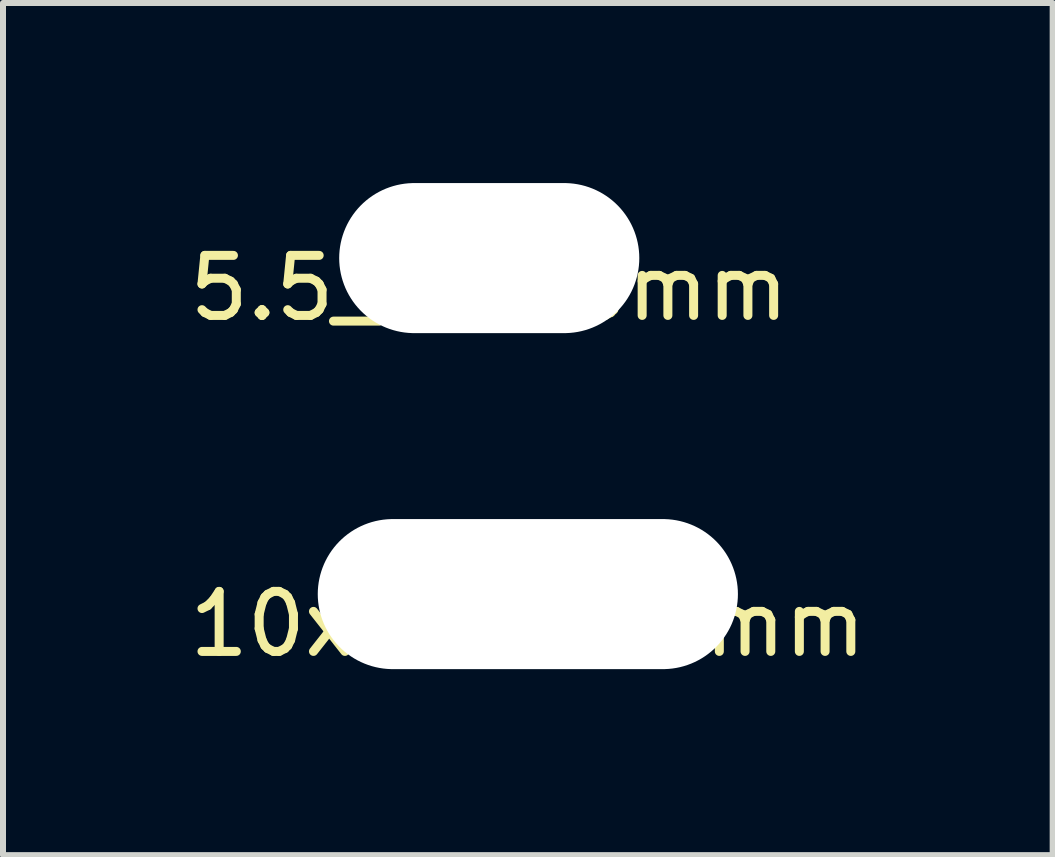
<source format=kicad_pcb>
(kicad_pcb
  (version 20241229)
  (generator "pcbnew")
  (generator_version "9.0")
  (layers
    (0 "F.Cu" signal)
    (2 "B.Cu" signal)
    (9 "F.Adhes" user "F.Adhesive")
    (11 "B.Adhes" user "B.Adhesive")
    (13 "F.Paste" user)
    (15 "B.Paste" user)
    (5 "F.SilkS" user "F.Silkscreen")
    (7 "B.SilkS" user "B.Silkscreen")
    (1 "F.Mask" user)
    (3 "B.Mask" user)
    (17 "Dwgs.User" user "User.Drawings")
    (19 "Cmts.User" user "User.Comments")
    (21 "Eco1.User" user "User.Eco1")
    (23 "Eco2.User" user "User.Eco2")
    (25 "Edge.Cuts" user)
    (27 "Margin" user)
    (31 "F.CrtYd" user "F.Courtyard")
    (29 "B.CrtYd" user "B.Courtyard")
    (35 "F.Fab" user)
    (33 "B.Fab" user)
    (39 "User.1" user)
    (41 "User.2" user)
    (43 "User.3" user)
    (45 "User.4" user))
  (footprint "10x5_7x2.5mm"
    (layer "F.Cu")
    (at 5.744 6.848)
    (property "Reference" "10x5_7x2.5mm" (at 0 0.5 0) (layer "F.SilkS") (effects (font (size 1 1) (thickness 0.15))))
    (attr through_hole)
    (pad "" np_thru_hole oval (at 0 0) (size 7 2.5) (drill oval 7 2.5) (layers "*.Cu" "*.Mask")))
  (footprint "5.5_5x2.5mm"
    (layer "F.Cu")
    (at 5.101 1.25)
    (property "Reference" "5.5_5x2.5mm" (at 0 0.5 0) (layer "F.SilkS") (effects (font (size 1 1) (thickness 0.15))))
    (attr through_hole)
    (pad "" np_thru_hole oval (at 0 0) (size 5 2.5) (drill oval 5 2.5) (layers "*.Cu" "*.Mask")))
  (gr_rect
    (start -3 -3)
    (end 14.488 11.197)
    (stroke (width 0.1) (type default))
    (fill no)
    (layer "Edge.Cuts")))
</source>
